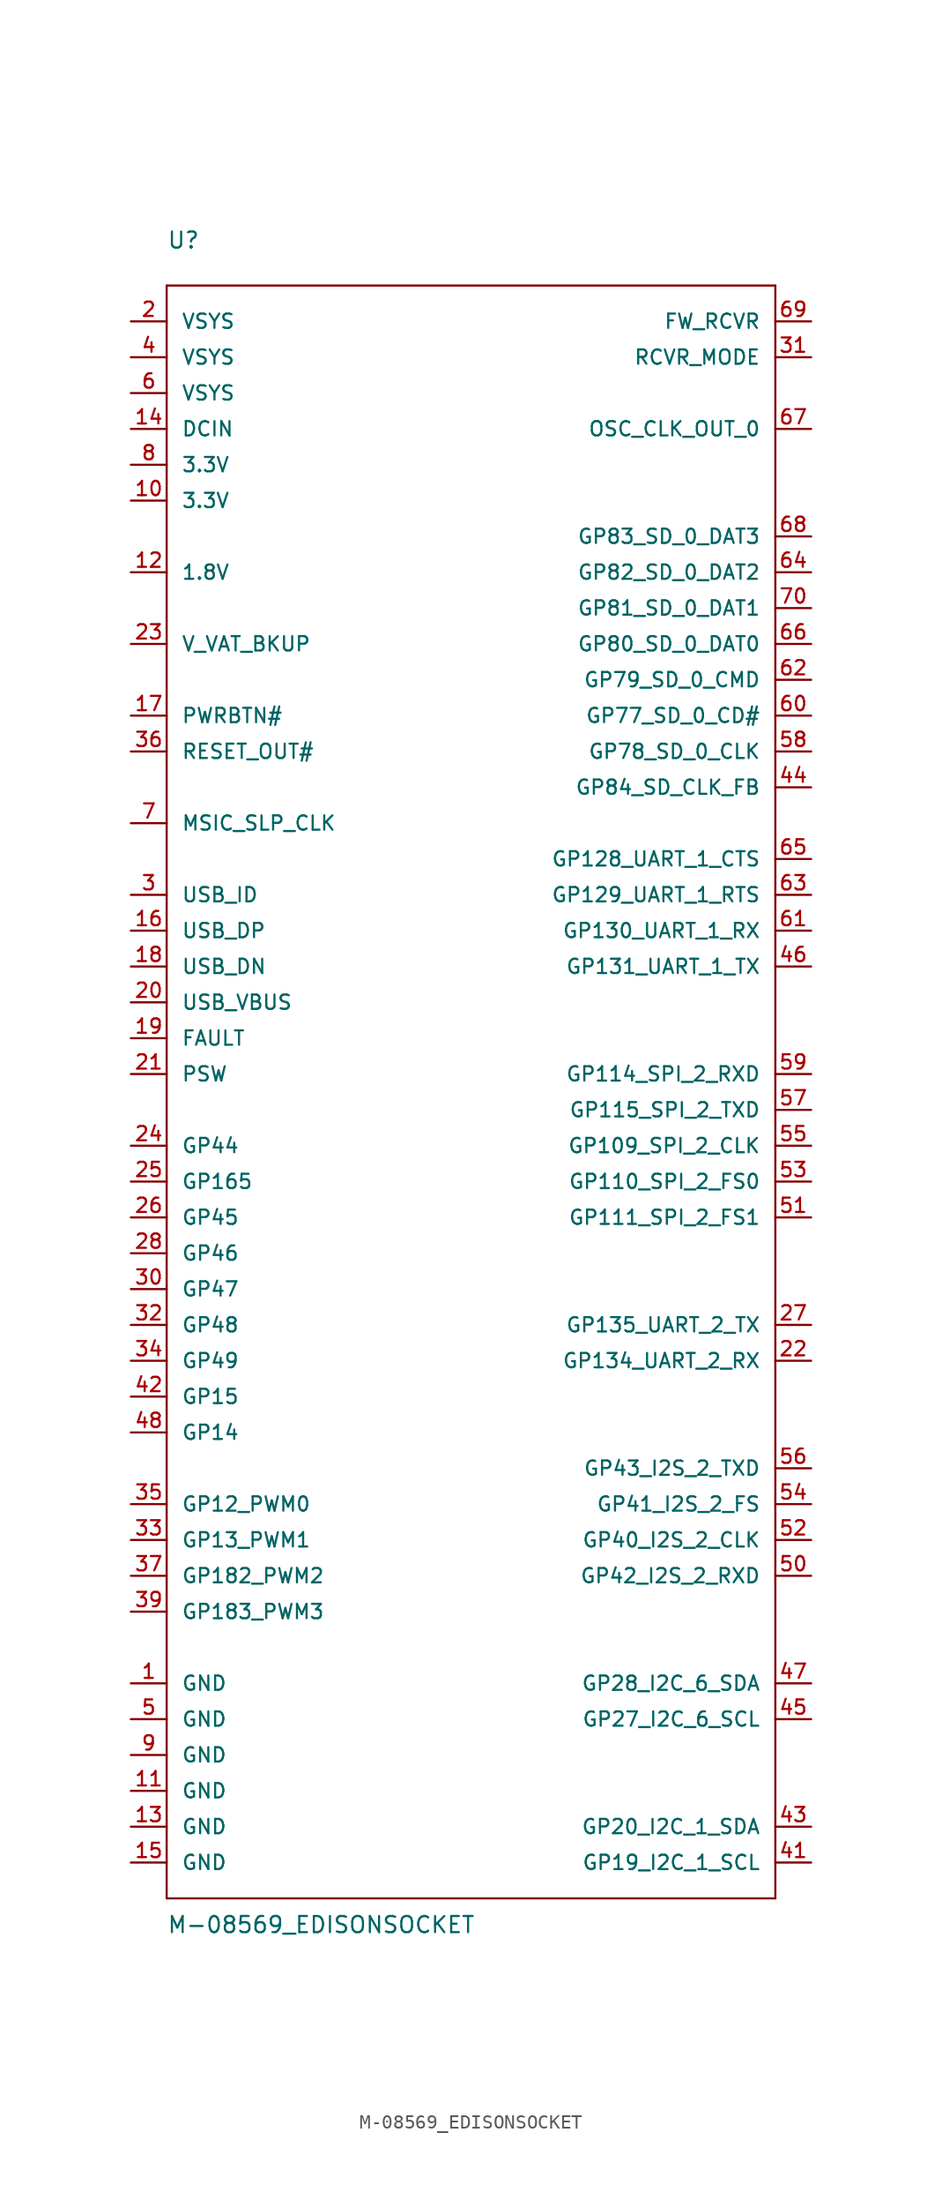
<source format=kicad_sym>
(kicad_symbol_lib
  (version 20211014)
  (generator kicad_symbol_editor)
  (symbol "M-08569_EDISONSOCKET"
    (pin_names
      (offset 1.016))
    (property "Reference" "U"
      (at -2.54 33.02 0)
      (effects (font (size 1.143 1.143)) (justify left bottom)))
    (property "Value" "M-08569_EDISONSOCKET"
      (at -2.54 -86.36 0)
      (effects (font (size 1.143 1.143)) (justify left bottom)))
    (property "ki_locked" ""
      (at 0 0 0)
      (effects (font (size 1.27 1.27))))
    (symbol "M-08569_EDISONSOCKET_1_0"
      (polyline (pts (xy -2.54 -83.82) (xy -2.54 30.48)) (stroke (width 0) (type default) (color 0 0 0 0)) (fill (type none)))
      (polyline (pts (xy -2.54 30.48) (xy 40.64 30.48)) (stroke (width 0) (type default) (color 0 0 0 0)) (fill (type none)))
      (polyline (pts (xy 40.64 -83.82) (xy -2.54 -83.82)) (stroke (width 0) (type default) (color 0 0 0 0)) (fill (type none)))
      (polyline (pts (xy 40.64 30.48) (xy 40.64 -83.82)) (stroke (width 0) (type default) (color 0 0 0 0)) (fill (type none))))
    (symbol "M-08569_EDISONSOCKET_1_1"
      (pin bidirectional line (at -5.08 -68.58 0) (length 2.54) (name "GND" (effects (font (size 1.016 1.016)))) (number "1" (effects (font (size 1.016 1.016)))))
      (pin bidirectional line (at -5.08 15.24 0) (length 2.54) (name "3.3V" (effects (font (size 1.016 1.016)))) (number "10" (effects (font (size 1.016 1.016)))))
      (pin bidirectional line (at -5.08 -76.2 0) (length 2.54) (name "GND" (effects (font (size 1.016 1.016)))) (number "11" (effects (font (size 1.016 1.016)))))
      (pin bidirectional line (at -5.08 10.16 0) (length 2.54) (name "1.8V" (effects (font (size 1.016 1.016)))) (number "12" (effects (font (size 1.016 1.016)))))
      (pin bidirectional line (at -5.08 -78.74 0) (length 2.54) (name "GND" (effects (font (size 1.016 1.016)))) (number "13" (effects (font (size 1.016 1.016)))))
      (pin bidirectional line (at -5.08 20.32 0) (length 2.54) (name "DCIN" (effects (font (size 1.016 1.016)))) (number "14" (effects (font (size 1.016 1.016)))))
      (pin bidirectional line (at -5.08 -81.28 0) (length 2.54) (name "GND" (effects (font (size 1.016 1.016)))) (number "15" (effects (font (size 1.016 1.016)))))
      (pin bidirectional line (at -5.08 -15.24 0) (length 2.54) (name "USB_DP" (effects (font (size 1.016 1.016)))) (number "16" (effects (font (size 1.016 1.016)))))
      (pin bidirectional line (at -5.08 0 0) (length 2.54) (name "PWRBTN#" (effects (font (size 1.016 1.016)))) (number "17" (effects (font (size 1.016 1.016)))))
      (pin bidirectional line (at -5.08 -17.78 0) (length 2.54) (name "USB_DN" (effects (font (size 1.016 1.016)))) (number "18" (effects (font (size 1.016 1.016)))))
      (pin bidirectional line (at -5.08 -22.86 0) (length 2.54) (name "FAULT" (effects (font (size 1.016 1.016)))) (number "19" (effects (font (size 1.016 1.016)))))
      (pin bidirectional line (at -5.08 27.94 0) (length 2.54) (name "VSYS" (effects (font (size 1.016 1.016)))) (number "2" (effects (font (size 1.016 1.016)))))
      (pin bidirectional line (at -5.08 -20.32 0) (length 2.54) (name "USB_VBUS" (effects (font (size 1.016 1.016)))) (number "20" (effects (font (size 1.016 1.016)))))
      (pin bidirectional line (at -5.08 -25.4 0) (length 2.54) (name "PSW" (effects (font (size 1.016 1.016)))) (number "21" (effects (font (size 1.016 1.016)))))
      (pin bidirectional line (at 43.18 -45.72 180) (length 2.54) (name "GP134_UART_2_RX" (effects (font (size 1.016 1.016)))) (number "22" (effects (font (size 1.016 1.016)))))
      (pin bidirectional line (at -5.08 5.08 0) (length 2.54) (name "V_VAT_BKUP" (effects (font (size 1.016 1.016)))) (number "23" (effects (font (size 1.016 1.016)))))
      (pin bidirectional line (at -5.08 -30.48 0) (length 2.54) (name "GP44" (effects (font (size 1.016 1.016)))) (number "24" (effects (font (size 1.016 1.016)))))
      (pin bidirectional line (at -5.08 -33.02 0) (length 2.54) (name "GP165" (effects (font (size 1.016 1.016)))) (number "25" (effects (font (size 1.016 1.016)))))
      (pin bidirectional line (at -5.08 -35.56 0) (length 2.54) (name "GP45" (effects (font (size 1.016 1.016)))) (number "26" (effects (font (size 1.016 1.016)))))
      (pin bidirectional line (at 43.18 -43.18 180) (length 2.54) (name "GP135_UART_2_TX" (effects (font (size 1.016 1.016)))) (number "27" (effects (font (size 1.016 1.016)))))
      (pin bidirectional line (at -5.08 -38.1 0) (length 2.54) (name "GP46" (effects (font (size 1.016 1.016)))) (number "28" (effects (font (size 1.016 1.016)))))
      (pin bidirectional line (at -5.08 -12.7 0) (length 2.54) (name "USB_ID" (effects (font (size 1.016 1.016)))) (number "3" (effects (font (size 1.016 1.016)))))
      (pin bidirectional line (at -5.08 -40.64 0) (length 2.54) (name "GP47" (effects (font (size 1.016 1.016)))) (number "30" (effects (font (size 1.016 1.016)))))
      (pin bidirectional line (at 43.18 25.4 180) (length 2.54) (name "RCVR_MODE" (effects (font (size 1.016 1.016)))) (number "31" (effects (font (size 1.016 1.016)))))
      (pin bidirectional line (at -5.08 -43.18 0) (length 2.54) (name "GP48" (effects (font (size 1.016 1.016)))) (number "32" (effects (font (size 1.016 1.016)))))
      (pin bidirectional line (at -5.08 -58.42 0) (length 2.54) (name "GP13_PWM1" (effects (font (size 1.016 1.016)))) (number "33" (effects (font (size 1.016 1.016)))))
      (pin bidirectional line (at -5.08 -45.72 0) (length 2.54) (name "GP49" (effects (font (size 1.016 1.016)))) (number "34" (effects (font (size 1.016 1.016)))))
      (pin bidirectional line (at -5.08 -55.88 0) (length 2.54) (name "GP12_PWM0" (effects (font (size 1.016 1.016)))) (number "35" (effects (font (size 1.016 1.016)))))
      (pin bidirectional line (at -5.08 -2.54 0) (length 2.54) (name "RESET_OUT#" (effects (font (size 1.016 1.016)))) (number "36" (effects (font (size 1.016 1.016)))))
      (pin bidirectional line (at -5.08 -60.96 0) (length 2.54) (name "GP182_PWM2" (effects (font (size 1.016 1.016)))) (number "37" (effects (font (size 1.016 1.016)))))
      (pin bidirectional line (at -5.08 -63.5 0) (length 2.54) (name "GP183_PWM3" (effects (font (size 1.016 1.016)))) (number "39" (effects (font (size 1.016 1.016)))))
      (pin bidirectional line (at -5.08 25.4 0) (length 2.54) (name "VSYS" (effects (font (size 1.016 1.016)))) (number "4" (effects (font (size 1.016 1.016)))))
      (pin bidirectional line (at 43.18 -81.28 180) (length 2.54) (name "GP19_I2C_1_SCL" (effects (font (size 1.016 1.016)))) (number "41" (effects (font (size 1.016 1.016)))))
      (pin bidirectional line (at -5.08 -48.26 0) (length 2.54) (name "GP15" (effects (font (size 1.016 1.016)))) (number "42" (effects (font (size 1.016 1.016)))))
      (pin bidirectional line (at 43.18 -78.74 180) (length 2.54) (name "GP20_I2C_1_SDA" (effects (font (size 1.016 1.016)))) (number "43" (effects (font (size 1.016 1.016)))))
      (pin bidirectional line (at 43.18 -5.08 180) (length 2.54) (name "GP84_SD_CLK_FB" (effects (font (size 1.016 1.016)))) (number "44" (effects (font (size 1.016 1.016)))))
      (pin bidirectional line (at 43.18 -71.12 180) (length 2.54) (name "GP27_I2C_6_SCL" (effects (font (size 1.016 1.016)))) (number "45" (effects (font (size 1.016 1.016)))))
      (pin bidirectional line (at 43.18 -17.78 180) (length 2.54) (name "GP131_UART_1_TX" (effects (font (size 1.016 1.016)))) (number "46" (effects (font (size 1.016 1.016)))))
      (pin bidirectional line (at 43.18 -68.58 180) (length 2.54) (name "GP28_I2C_6_SDA" (effects (font (size 1.016 1.016)))) (number "47" (effects (font (size 1.016 1.016)))))
      (pin bidirectional line (at -5.08 -50.8 0) (length 2.54) (name "GP14" (effects (font (size 1.016 1.016)))) (number "48" (effects (font (size 1.016 1.016)))))
      (pin bidirectional line (at -5.08 -71.12 0) (length 2.54) (name "GND" (effects (font (size 1.016 1.016)))) (number "5" (effects (font (size 1.016 1.016)))))
      (pin bidirectional line (at 43.18 -60.96 180) (length 2.54) (name "GP42_I2S_2_RXD" (effects (font (size 1.016 1.016)))) (number "50" (effects (font (size 1.016 1.016)))))
      (pin bidirectional line (at 43.18 -35.56 180) (length 2.54) (name "GP111_SPI_2_FS1" (effects (font (size 1.016 1.016)))) (number "51" (effects (font (size 1.016 1.016)))))
      (pin bidirectional line (at 43.18 -58.42 180) (length 2.54) (name "GP40_I2S_2_CLK" (effects (font (size 1.016 1.016)))) (number "52" (effects (font (size 1.016 1.016)))))
      (pin bidirectional line (at 43.18 -33.02 180) (length 2.54) (name "GP110_SPI_2_FS0" (effects (font (size 1.016 1.016)))) (number "53" (effects (font (size 1.016 1.016)))))
      (pin bidirectional line (at 43.18 -55.88 180) (length 2.54) (name "GP41_I2S_2_FS" (effects (font (size 1.016 1.016)))) (number "54" (effects (font (size 1.016 1.016)))))
      (pin bidirectional line (at 43.18 -30.48 180) (length 2.54) (name "GP109_SPI_2_CLK" (effects (font (size 1.016 1.016)))) (number "55" (effects (font (size 1.016 1.016)))))
      (pin bidirectional line (at 43.18 -53.34 180) (length 2.54) (name "GP43_I2S_2_TXD" (effects (font (size 1.016 1.016)))) (number "56" (effects (font (size 1.016 1.016)))))
      (pin bidirectional line (at 43.18 -27.94 180) (length 2.54) (name "GP115_SPI_2_TXD" (effects (font (size 1.016 1.016)))) (number "57" (effects (font (size 1.016 1.016)))))
      (pin bidirectional line (at 43.18 -2.54 180) (length 2.54) (name "GP78_SD_0_CLK" (effects (font (size 1.016 1.016)))) (number "58" (effects (font (size 1.016 1.016)))))
      (pin bidirectional line (at 43.18 -25.4 180) (length 2.54) (name "GP114_SPI_2_RXD" (effects (font (size 1.016 1.016)))) (number "59" (effects (font (size 1.016 1.016)))))
      (pin bidirectional line (at -5.08 22.86 0) (length 2.54) (name "VSYS" (effects (font (size 1.016 1.016)))) (number "6" (effects (font (size 1.016 1.016)))))
      (pin bidirectional line (at 43.18 0 180) (length 2.54) (name "GP77_SD_0_CD#" (effects (font (size 1.016 1.016)))) (number "60" (effects (font (size 1.016 1.016)))))
      (pin bidirectional line (at 43.18 -15.24 180) (length 2.54) (name "GP130_UART_1_RX" (effects (font (size 1.016 1.016)))) (number "61" (effects (font (size 1.016 1.016)))))
      (pin bidirectional line (at 43.18 2.54 180) (length 2.54) (name "GP79_SD_0_CMD" (effects (font (size 1.016 1.016)))) (number "62" (effects (font (size 1.016 1.016)))))
      (pin bidirectional line (at 43.18 -12.7 180) (length 2.54) (name "GP129_UART_1_RTS" (effects (font (size 1.016 1.016)))) (number "63" (effects (font (size 1.016 1.016)))))
      (pin bidirectional line (at 43.18 10.16 180) (length 2.54) (name "GP82_SD_0_DAT2" (effects (font (size 1.016 1.016)))) (number "64" (effects (font (size 1.016 1.016)))))
      (pin bidirectional line (at 43.18 -10.16 180) (length 2.54) (name "GP128_UART_1_CTS" (effects (font (size 1.016 1.016)))) (number "65" (effects (font (size 1.016 1.016)))))
      (pin bidirectional line (at 43.18 5.08 180) (length 2.54) (name "GP80_SD_0_DAT0" (effects (font (size 1.016 1.016)))) (number "66" (effects (font (size 1.016 1.016)))))
      (pin bidirectional line (at 43.18 20.32 180) (length 2.54) (name "OSC_CLK_OUT_0" (effects (font (size 1.016 1.016)))) (number "67" (effects (font (size 1.016 1.016)))))
      (pin bidirectional line (at 43.18 12.7 180) (length 2.54) (name "GP83_SD_0_DAT3" (effects (font (size 1.016 1.016)))) (number "68" (effects (font (size 1.016 1.016)))))
      (pin bidirectional line (at 43.18 27.94 180) (length 2.54) (name "FW_RCVR" (effects (font (size 1.016 1.016)))) (number "69" (effects (font (size 1.016 1.016)))))
      (pin bidirectional line (at -5.08 -7.62 0) (length 2.54) (name "MSIC_SLP_CLK" (effects (font (size 1.016 1.016)))) (number "7" (effects (font (size 1.016 1.016)))))
      (pin bidirectional line (at 43.18 7.62 180) (length 2.54) (name "GP81_SD_0_DAT1" (effects (font (size 1.016 1.016)))) (number "70" (effects (font (size 1.016 1.016)))))
      (pin bidirectional line (at -5.08 17.78 0) (length 2.54) (name "3.3V" (effects (font (size 1.016 1.016)))) (number "8" (effects (font (size 1.016 1.016)))))
      (pin bidirectional line (at -5.08 -73.66 0) (length 2.54) (name "GND" (effects (font (size 1.016 1.016)))) (number "9" (effects (font (size 1.016 1.016))))))))
</source>
